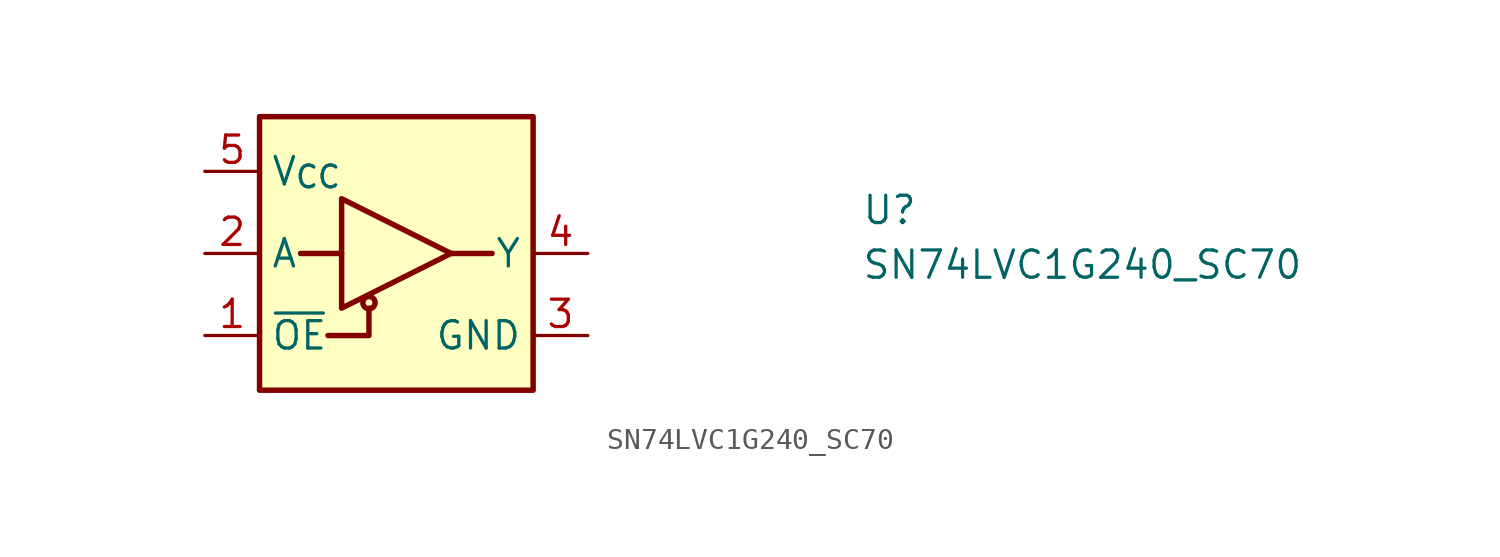
<source format=kicad_sym>
(kicad_symbol_lib
  (version 20211014)
  (generator kicad_symbol_editor)
  (symbol "SN74LVC1G240_SC70"
    (property "Reference" "U"
      (at 30.48 -2.54 0)
      (effects (font (size 1.27 1.27) (thickness 0.15)) (justify left bottom)))
    (property "Value" "SN74LVC1G240_SC70"
      (at 30.48 -5.08 0)
      (effects (font (size 1.27 1.27) (thickness 0.15)) (justify left bottom)))
    (symbol "SN74LVC1G240_SC70_1_1"
      (polyline (pts (xy 6.35 -3.81) (xy 4.445 -3.81)) (stroke (width 0.254) (type default) (color 0 0 0 0)) (fill (type background)))
      (polyline (pts (xy 11.43 -3.81) (xy 13.335 -3.81)) (stroke (width 0.254) (type default) (color 0 0 0 0)) (fill (type background)))
      (polyline (pts (xy 5.715 -7.62) (xy 7.62 -7.62) (xy 7.62 -6.35)) (stroke (width 0.254) (type default) (color 0 0 0 0)) (fill (type background)))
      (polyline (pts (xy 6.35 -1.27) (xy 11.43 -3.81) (xy 6.35 -6.35) (xy 6.35 -1.27)) (stroke (width 0.254) (type default) (color 0 0 0 0)) (fill (type background)))
      (rectangle (start 2.54 2.54) (end 15.24 -10.16) (stroke (width 0.254) (type default) (color 0 0 0 0)) (fill (type background)))
      (circle (center 7.62 -6.096) (radius 0.284) (stroke (width 0.254) (type default) (color 0 0 0 0)) (fill (type background)))
      (pin input line (at 0 -7.62 0) (length 2.54) (name "~{OE}" (effects (font (size 1.27 1.27)))) (number "1" (effects (font (size 1.27 1.27)))))
      (pin input line (at 0 -3.81 0) (length 2.54) (name "A" (effects (font (size 1.27 1.27)))) (number "2" (effects (font (size 1.27 1.27)))))
      (pin power_in line (at 17.78 -7.62 180) (length 2.54) (name "GND" (effects (font (size 1.27 1.27)))) (number "3" (effects (font (size 1.27 1.27)))))
      (pin output line (at 17.78 -3.81 180) (length 2.54) (name "Y" (effects (font (size 1.27 1.27)))) (number "4" (effects (font (size 1.27 1.27)))))
      (pin power_in line (at 0 0 0) (length 2.54) (name "V_{CC}" (effects (font (size 1.27 1.27)))) (number "5" (effects (font (size 1.27 1.27))))))))
</source>
